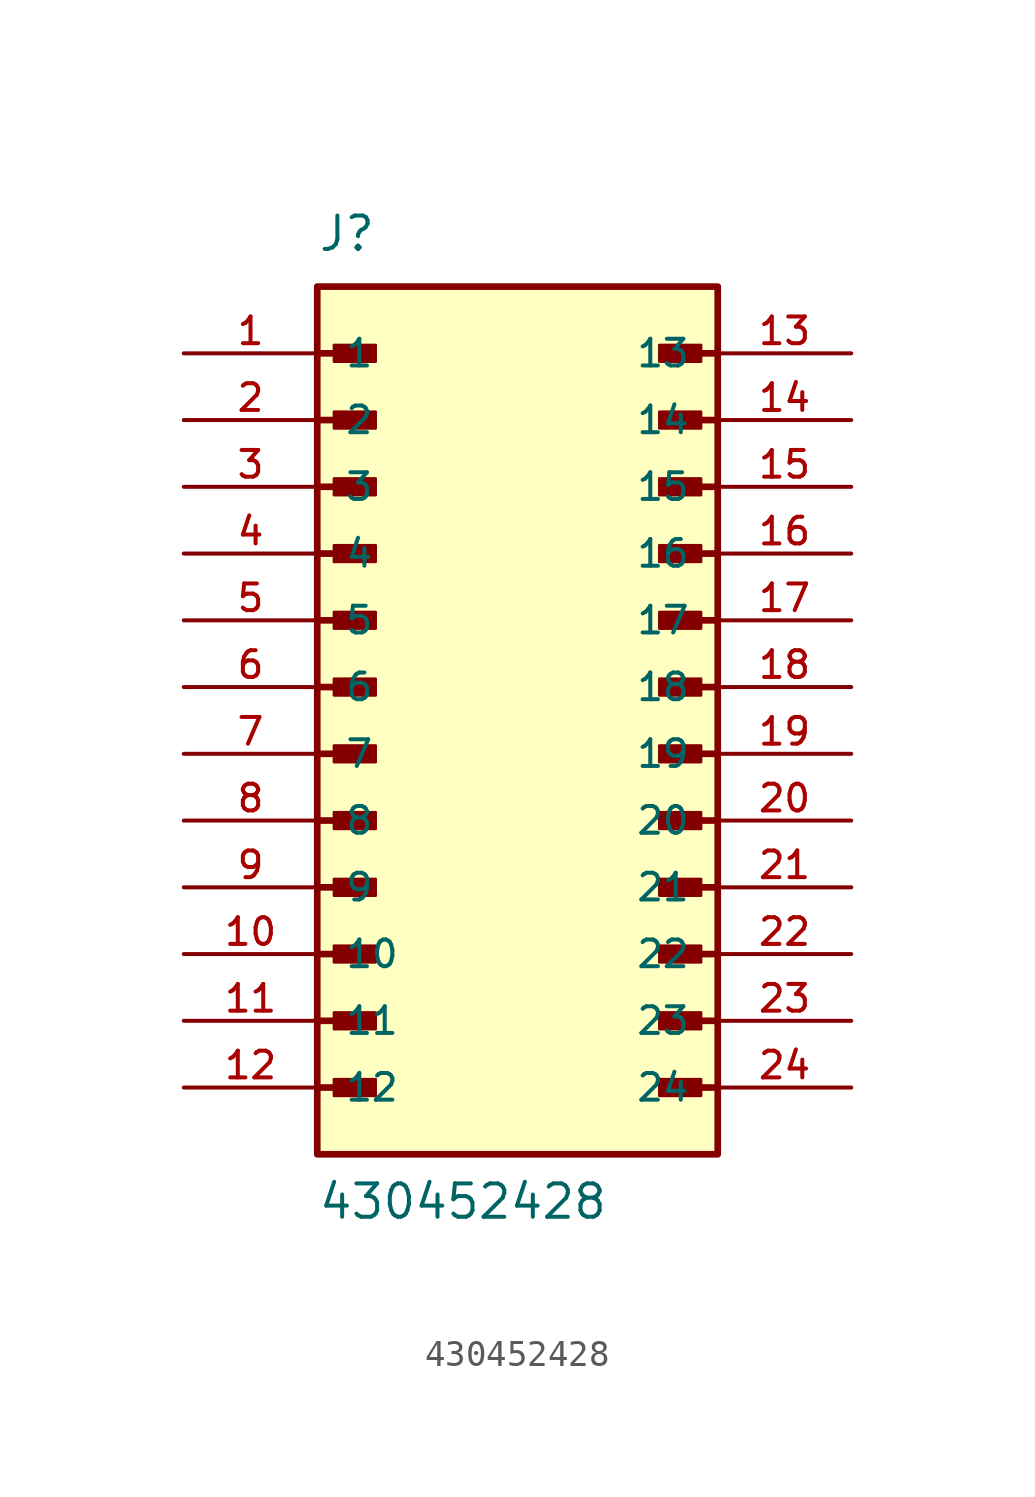
<source format=kicad_sym>
(kicad_symbol_lib
  (version 20211014)
  (generator kicad_symbol_editor)
  (symbol "430452428"
    (pin_names
      (offset 1.016))
    (property "Reference" "J"
      (at -7.62 16.51 0)
      (effects (font (size 1.27 1.27)) (justify bottom left)))
    (property "Value" "430452428"
      (at -7.62 -20.32 0)
      (effects (font (size 1.27 1.27)) (justify bottom left)))
    (symbol "430452428_0_0"
      (polyline (pts (xy -7.62 12.7) (xy -5.715 12.7)) (stroke (width 0.254)))
      (rectangle (start -6.985 12.383) (end -5.397 13.018) (stroke (width 0.1)) (fill (type outline)))
      (polyline (pts (xy -7.62 10.16) (xy -5.715 10.16)) (stroke (width 0.254)))
      (rectangle (start -6.985 9.842) (end -5.397 10.477) (stroke (width 0.1)) (fill (type outline)))
      (polyline (pts (xy -7.62 7.62) (xy -5.715 7.62)) (stroke (width 0.254)))
      (rectangle (start -6.985 7.303) (end -5.397 7.938) (stroke (width 0.1)) (fill (type outline)))
      (polyline (pts (xy -7.62 5.08) (xy -5.715 5.08)) (stroke (width 0.254)))
      (rectangle (start -6.985 4.763) (end -5.397 5.397) (stroke (width 0.1)) (fill (type outline)))
      (polyline (pts (xy -7.62 2.54) (xy -5.715 2.54)) (stroke (width 0.254)))
      (rectangle (start -6.985 2.223) (end -5.397 2.857) (stroke (width 0.1)) (fill (type outline)))
      (polyline (pts (xy -7.62 0.0) (xy -5.715 0.0)) (stroke (width 0.254)))
      (rectangle (start -6.985 -0.318) (end -5.397 0.318) (stroke (width 0.1)) (fill (type outline)))
      (polyline (pts (xy -7.62 -2.54) (xy -5.715 -2.54)) (stroke (width 0.254)))
      (rectangle (start -6.985 -2.857) (end -5.397 -2.223) (stroke (width 0.1)) (fill (type outline)))
      (polyline (pts (xy -7.62 -5.08) (xy -5.715 -5.08)) (stroke (width 0.254)))
      (rectangle (start -6.985 -5.397) (end -5.397 -4.763) (stroke (width 0.1)) (fill (type outline)))
      (polyline (pts (xy -7.62 -7.62) (xy -5.715 -7.62)) (stroke (width 0.254)))
      (rectangle (start -6.985 -7.938) (end -5.397 -7.303) (stroke (width 0.1)) (fill (type outline)))
      (polyline (pts (xy -7.62 -10.16) (xy -5.715 -10.16)) (stroke (width 0.254)))
      (rectangle (start -6.985 -10.477) (end -5.397 -9.842) (stroke (width 0.1)) (fill (type outline)))
      (polyline (pts (xy -7.62 -12.7) (xy -5.715 -12.7)) (stroke (width 0.254)))
      (rectangle (start -6.985 -13.018) (end -5.397 -12.383) (stroke (width 0.1)) (fill (type outline)))
      (polyline (pts (xy -7.62 -15.24) (xy -5.715 -15.24)) (stroke (width 0.254)))
      (rectangle (start -6.985 -15.557) (end -5.397 -14.922) (stroke (width 0.1)) (fill (type outline)))
      (polyline (pts (xy 7.62 12.7) (xy 5.715 12.7)) (stroke (width 0.254)))
      (rectangle (start 5.397 12.383) (end 6.985 13.018) (stroke (width 0.1)) (fill (type outline)))
      (polyline (pts (xy 7.62 10.16) (xy 5.715 10.16)) (stroke (width 0.254)))
      (rectangle (start 5.397 9.842) (end 6.985 10.477) (stroke (width 0.1)) (fill (type outline)))
      (polyline (pts (xy 7.62 7.62) (xy 5.715 7.62)) (stroke (width 0.254)))
      (rectangle (start 5.397 7.303) (end 6.985 7.938) (stroke (width 0.1)) (fill (type outline)))
      (polyline (pts (xy 7.62 5.08) (xy 5.715 5.08)) (stroke (width 0.254)))
      (rectangle (start 5.397 4.763) (end 6.985 5.397) (stroke (width 0.1)) (fill (type outline)))
      (polyline (pts (xy 7.62 2.54) (xy 5.715 2.54)) (stroke (width 0.254)))
      (rectangle (start 5.397 2.223) (end 6.985 2.857) (stroke (width 0.1)) (fill (type outline)))
      (polyline (pts (xy 7.62 0.0) (xy 5.715 0.0)) (stroke (width 0.254)))
      (rectangle (start 5.397 -0.318) (end 6.985 0.318) (stroke (width 0.1)) (fill (type outline)))
      (polyline (pts (xy 7.62 -2.54) (xy 5.715 -2.54)) (stroke (width 0.254)))
      (rectangle (start 5.397 -2.857) (end 6.985 -2.223) (stroke (width 0.1)) (fill (type outline)))
      (polyline (pts (xy 7.62 -5.08) (xy 5.715 -5.08)) (stroke (width 0.254)))
      (rectangle (start 5.397 -5.397) (end 6.985 -4.763) (stroke (width 0.1)) (fill (type outline)))
      (polyline (pts (xy 7.62 -7.62) (xy 5.715 -7.62)) (stroke (width 0.254)))
      (rectangle (start 5.397 -7.938) (end 6.985 -7.303) (stroke (width 0.1)) (fill (type outline)))
      (polyline (pts (xy 7.62 -10.16) (xy 5.715 -10.16)) (stroke (width 0.254)))
      (rectangle (start 5.397 -10.477) (end 6.985 -9.842) (stroke (width 0.1)) (fill (type outline)))
      (polyline (pts (xy 7.62 -12.7) (xy 5.715 -12.7)) (stroke (width 0.254)))
      (rectangle (start 5.397 -13.018) (end 6.985 -12.383) (stroke (width 0.1)) (fill (type outline)))
      (polyline (pts (xy 7.62 -15.24) (xy 5.715 -15.24)) (stroke (width 0.254)))
      (rectangle (start 5.397 -15.557) (end 6.985 -14.922) (stroke (width 0.1)) (fill (type outline)))
      (rectangle (start -7.62 -17.78) (end 7.62 15.24) (stroke (width 0.254)) (fill (type background)))
      (pin passive line (at -12.7 12.7 0) (length 5.08) (name "1" (effects (font (size 1.016 1.016)))) (number "1" (effects (font (size 1.016 1.016)))))
      (pin passive line (at -12.7 10.16 0) (length 5.08) (name "2" (effects (font (size 1.016 1.016)))) (number "2" (effects (font (size 1.016 1.016)))))
      (pin passive line (at -12.7 7.62 0) (length 5.08) (name "3" (effects (font (size 1.016 1.016)))) (number "3" (effects (font (size 1.016 1.016)))))
      (pin passive line (at -12.7 5.08 0) (length 5.08) (name "4" (effects (font (size 1.016 1.016)))) (number "4" (effects (font (size 1.016 1.016)))))
      (pin passive line (at -12.7 2.54 0) (length 5.08) (name "5" (effects (font (size 1.016 1.016)))) (number "5" (effects (font (size 1.016 1.016)))))
      (pin passive line (at -12.7 0.0 0) (length 5.08) (name "6" (effects (font (size 1.016 1.016)))) (number "6" (effects (font (size 1.016 1.016)))))
      (pin passive line (at -12.7 -2.54 0) (length 5.08) (name "7" (effects (font (size 1.016 1.016)))) (number "7" (effects (font (size 1.016 1.016)))))
      (pin passive line (at -12.7 -5.08 0) (length 5.08) (name "8" (effects (font (size 1.016 1.016)))) (number "8" (effects (font (size 1.016 1.016)))))
      (pin passive line (at -12.7 -7.62 0) (length 5.08) (name "9" (effects (font (size 1.016 1.016)))) (number "9" (effects (font (size 1.016 1.016)))))
      (pin passive line (at -12.7 -10.16 0) (length 5.08) (name "10" (effects (font (size 1.016 1.016)))) (number "10" (effects (font (size 1.016 1.016)))))
      (pin passive line (at -12.7 -12.7 0) (length 5.08) (name "11" (effects (font (size 1.016 1.016)))) (number "11" (effects (font (size 1.016 1.016)))))
      (pin passive line (at -12.7 -15.24 0) (length 5.08) (name "12" (effects (font (size 1.016 1.016)))) (number "12" (effects (font (size 1.016 1.016)))))
      (pin passive line (at 12.7 12.7 180.0) (length 5.08) (name "13" (effects (font (size 1.016 1.016)))) (number "13" (effects (font (size 1.016 1.016)))))
      (pin passive line (at 12.7 10.16 180.0) (length 5.08) (name "14" (effects (font (size 1.016 1.016)))) (number "14" (effects (font (size 1.016 1.016)))))
      (pin passive line (at 12.7 7.62 180.0) (length 5.08) (name "15" (effects (font (size 1.016 1.016)))) (number "15" (effects (font (size 1.016 1.016)))))
      (pin passive line (at 12.7 5.08 180.0) (length 5.08) (name "16" (effects (font (size 1.016 1.016)))) (number "16" (effects (font (size 1.016 1.016)))))
      (pin passive line (at 12.7 2.54 180.0) (length 5.08) (name "17" (effects (font (size 1.016 1.016)))) (number "17" (effects (font (size 1.016 1.016)))))
      (pin passive line (at 12.7 0.0 180.0) (length 5.08) (name "18" (effects (font (size 1.016 1.016)))) (number "18" (effects (font (size 1.016 1.016)))))
      (pin passive line (at 12.7 -2.54 180.0) (length 5.08) (name "19" (effects (font (size 1.016 1.016)))) (number "19" (effects (font (size 1.016 1.016)))))
      (pin passive line (at 12.7 -5.08 180.0) (length 5.08) (name "20" (effects (font (size 1.016 1.016)))) (number "20" (effects (font (size 1.016 1.016)))))
      (pin passive line (at 12.7 -7.62 180.0) (length 5.08) (name "21" (effects (font (size 1.016 1.016)))) (number "21" (effects (font (size 1.016 1.016)))))
      (pin passive line (at 12.7 -10.16 180.0) (length 5.08) (name "22" (effects (font (size 1.016 1.016)))) (number "22" (effects (font (size 1.016 1.016)))))
      (pin passive line (at 12.7 -12.7 180.0) (length 5.08) (name "23" (effects (font (size 1.016 1.016)))) (number "23" (effects (font (size 1.016 1.016)))))
      (pin passive line (at 12.7 -15.24 180.0) (length 5.08) (name "24" (effects (font (size 1.016 1.016)))) (number "24" (effects (font (size 1.016 1.016))))))))
</source>
